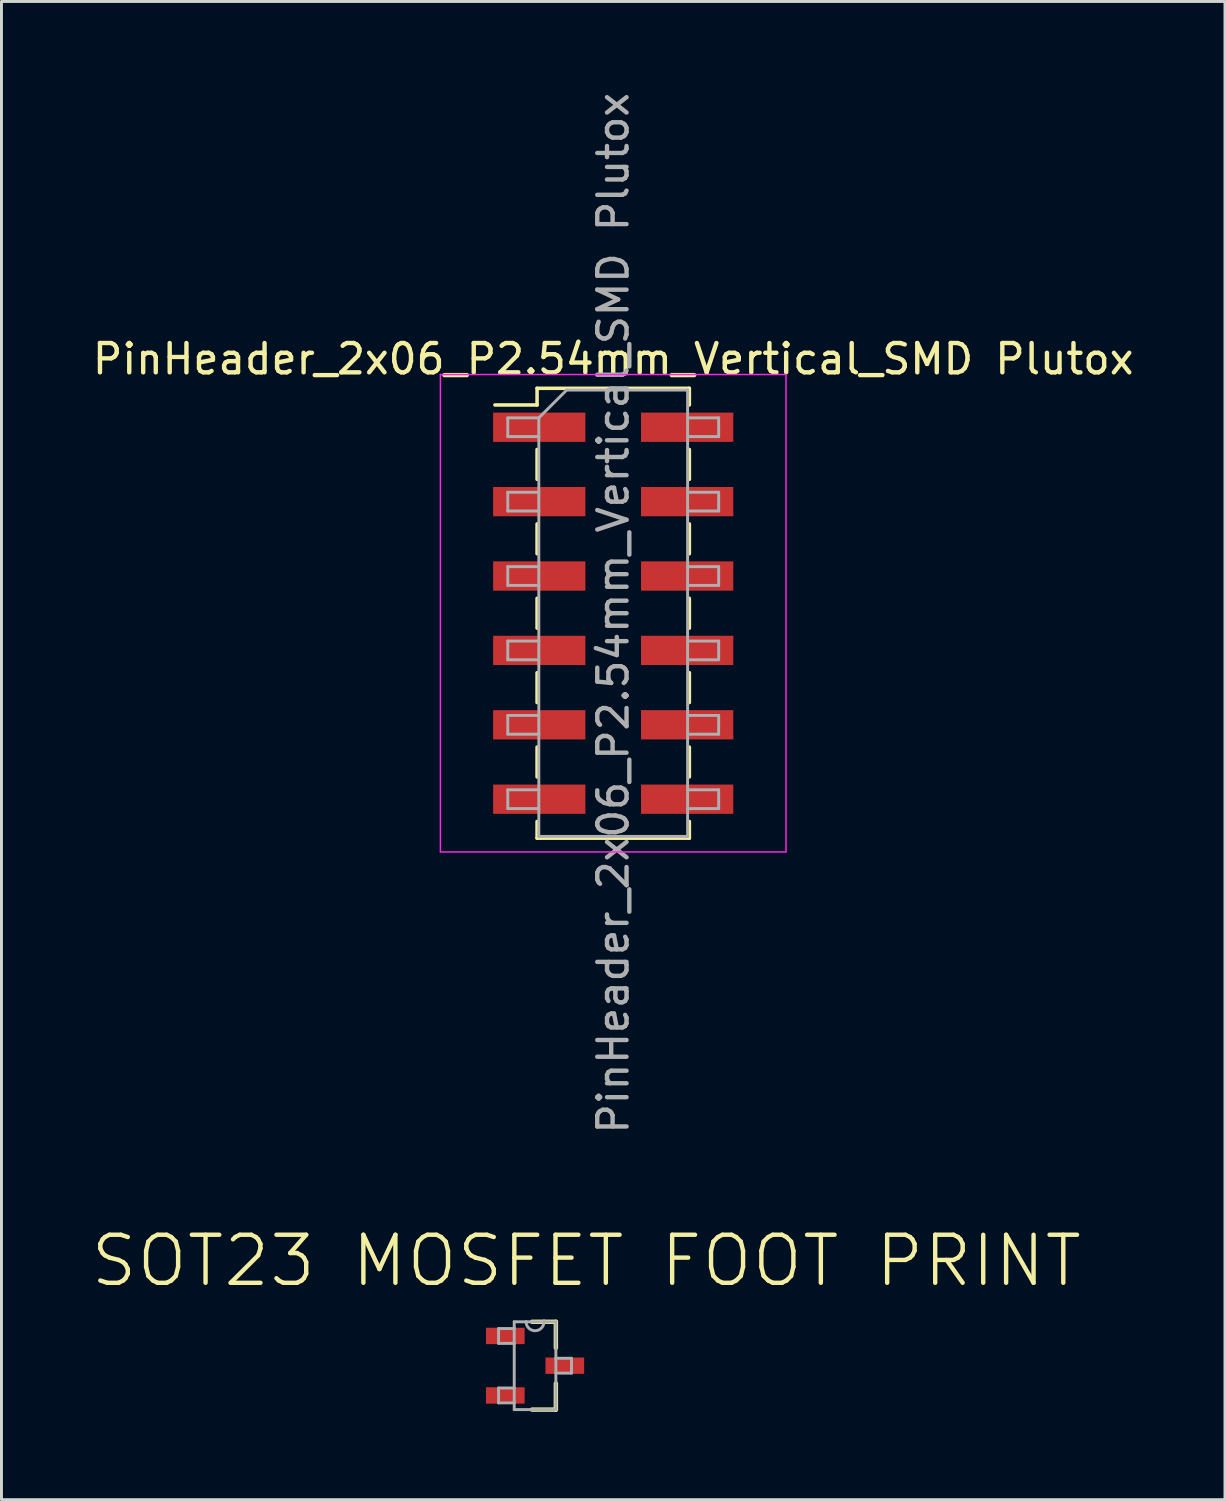
<source format=kicad_pcb>
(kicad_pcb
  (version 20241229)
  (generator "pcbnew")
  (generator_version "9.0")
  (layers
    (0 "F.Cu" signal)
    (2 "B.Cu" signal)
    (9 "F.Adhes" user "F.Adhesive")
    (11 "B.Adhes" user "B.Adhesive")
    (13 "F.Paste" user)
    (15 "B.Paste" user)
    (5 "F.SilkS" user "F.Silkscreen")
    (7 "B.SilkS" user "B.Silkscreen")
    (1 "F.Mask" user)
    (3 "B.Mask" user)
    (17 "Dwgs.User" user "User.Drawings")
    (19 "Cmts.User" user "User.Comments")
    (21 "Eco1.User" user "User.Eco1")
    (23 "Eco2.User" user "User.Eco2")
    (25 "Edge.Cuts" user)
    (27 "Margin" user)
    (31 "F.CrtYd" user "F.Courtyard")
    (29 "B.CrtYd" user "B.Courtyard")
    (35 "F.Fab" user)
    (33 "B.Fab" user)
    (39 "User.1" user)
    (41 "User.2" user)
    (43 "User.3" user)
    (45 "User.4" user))
  (footprint "PinHeader_2x06_P2.54mm_Vertical_SMD Plutox"
    (layer "F.Cu")
    (at 17.887 17.887)
    (property "Reference" "PinHeader_2x06_P2.54mm_Vertical_SMD Plutox" (at 0 -8.68 0) (layer "F.SilkS") (effects (font (size 1 1) (thickness 0.15))))
    (attr smd)
    (fp_line (start -4.04 -7.11) (end -2.6 -7.11) (stroke (width 0.12) (type solid)) (layer "F.SilkS"))
    (fp_line (start -2.6 -7.68) (end -2.6 -7.11) (stroke (width 0.12) (type solid)) (layer "F.SilkS"))
    (fp_line (start -2.6 -7.68) (end 2.6 -7.68) (stroke (width 0.12) (type solid)) (layer "F.SilkS"))
    (fp_line (start -2.6 -5.59) (end -2.6 -4.57) (stroke (width 0.12) (type solid)) (layer "F.SilkS"))
    (fp_line (start -2.6 -3.05) (end -2.6 -2.03) (stroke (width 0.12) (type solid)) (layer "F.SilkS"))
    (fp_line (start -2.6 -0.51) (end -2.6 0.51) (stroke (width 0.12) (type solid)) (layer "F.SilkS"))
    (fp_line (start -2.6 2.03) (end -2.6 3.05) (stroke (width 0.12) (type solid)) (layer "F.SilkS"))
    (fp_line (start -2.6 4.57) (end -2.6 5.59) (stroke (width 0.12) (type solid)) (layer "F.SilkS"))
    (fp_line (start -2.6 7.11) (end -2.6 7.68) (stroke (width 0.12) (type solid)) (layer "F.SilkS"))
    (fp_line (start -2.6 7.68) (end 2.6 7.68) (stroke (width 0.12) (type solid)) (layer "F.SilkS"))
    (fp_line (start 2.6 -7.68) (end 2.6 -7.11) (stroke (width 0.12) (type solid)) (layer "F.SilkS"))
    (fp_line (start 2.6 -5.59) (end 2.6 -4.57) (stroke (width 0.12) (type solid)) (layer "F.SilkS"))
    (fp_line (start 2.6 -3.05) (end 2.6 -2.03) (stroke (width 0.12) (type solid)) (layer "F.SilkS"))
    (fp_line (start 2.6 -0.51) (end 2.6 0.51) (stroke (width 0.12) (type solid)) (layer "F.SilkS"))
    (fp_line (start 2.6 2.03) (end 2.6 3.05) (stroke (width 0.12) (type solid)) (layer "F.SilkS"))
    (fp_line (start 2.6 4.57) (end 2.6 5.59) (stroke (width 0.12) (type solid)) (layer "F.SilkS"))
    (fp_line (start 2.6 7.11) (end 2.6 7.68) (stroke (width 0.12) (type solid)) (layer "F.SilkS"))
    (fp_line (start -5.9 -8.15) (end -5.9 8.15) (stroke (width 0.05) (type solid)) (layer "F.CrtYd"))
    (fp_line (start -5.9 8.15) (end 5.9 8.15) (stroke (width 0.05) (type solid)) (layer "F.CrtYd"))
    (fp_line (start 5.9 -8.15) (end -5.9 -8.15) (stroke (width 0.05) (type solid)) (layer "F.CrtYd"))
    (fp_line (start 5.9 8.15) (end 5.9 -8.15) (stroke (width 0.05) (type solid)) (layer "F.CrtYd"))
    (fp_line (start -3.6 -6.67) (end -3.6 -6.03) (stroke (width 0.1) (type solid)) (layer "F.Fab"))
    (fp_line (start -3.6 -6.03) (end -2.54 -6.03) (stroke (width 0.1) (type solid)) (layer "F.Fab"))
    (fp_line (start -3.6 -4.13) (end -3.6 -3.49) (stroke (width 0.1) (type solid)) (layer "F.Fab"))
    (fp_line (start -3.6 -3.49) (end -2.54 -3.49) (stroke (width 0.1) (type solid)) (layer "F.Fab"))
    (fp_line (start -3.6 -1.59) (end -3.6 -0.95) (stroke (width 0.1) (type solid)) (layer "F.Fab"))
    (fp_line (start -3.6 -0.95) (end -2.54 -0.95) (stroke (width 0.1) (type solid)) (layer "F.Fab"))
    (fp_line (start -3.6 0.95) (end -3.6 1.59) (stroke (width 0.1) (type solid)) (layer "F.Fab"))
    (fp_line (start -3.6 1.59) (end -2.54 1.59) (stroke (width 0.1) (type solid)) (layer "F.Fab"))
    (fp_line (start -3.6 3.49) (end -3.6 4.13) (stroke (width 0.1) (type solid)) (layer "F.Fab"))
    (fp_line (start -3.6 4.13) (end -2.54 4.13) (stroke (width 0.1) (type solid)) (layer "F.Fab"))
    (fp_line (start -3.6 6.03) (end -3.6 6.67) (stroke (width 0.1) (type solid)) (layer "F.Fab"))
    (fp_line (start -3.6 6.67) (end -2.54 6.67) (stroke (width 0.1) (type solid)) (layer "F.Fab"))
    (fp_line (start -2.54 -6.67) (end -3.6 -6.67) (stroke (width 0.1) (type solid)) (layer "F.Fab"))
    (fp_line (start -2.54 -6.67) (end -1.59 -7.62) (stroke (width 0.1) (type solid)) (layer "F.Fab"))
    (fp_line (start -2.54 -4.13) (end -3.6 -4.13) (stroke (width 0.1) (type solid)) (layer "F.Fab"))
    (fp_line (start -2.54 -1.59) (end -3.6 -1.59) (stroke (width 0.1) (type solid)) (layer "F.Fab"))
    (fp_line (start -2.54 0.95) (end -3.6 0.95) (stroke (width 0.1) (type solid)) (layer "F.Fab"))
    (fp_line (start -2.54 3.49) (end -3.6 3.49) (stroke (width 0.1) (type solid)) (layer "F.Fab"))
    (fp_line (start -2.54 6.03) (end -3.6 6.03) (stroke (width 0.1) (type solid)) (layer "F.Fab"))
    (fp_line (start -2.54 7.62) (end -2.54 -6.67) (stroke (width 0.1) (type solid)) (layer "F.Fab"))
    (fp_line (start -1.59 -7.62) (end 2.54 -7.62) (stroke (width 0.1) (type solid)) (layer "F.Fab"))
    (fp_line (start 2.54 -7.62) (end 2.54 7.62) (stroke (width 0.1) (type solid)) (layer "F.Fab"))
    (fp_line (start 2.54 -6.67) (end 3.6 -6.67) (stroke (width 0.1) (type solid)) (layer "F.Fab"))
    (fp_line (start 2.54 -4.13) (end 3.6 -4.13) (stroke (width 0.1) (type solid)) (layer "F.Fab"))
    (fp_line (start 2.54 -1.59) (end 3.6 -1.59) (stroke (width 0.1) (type solid)) (layer "F.Fab"))
    (fp_line (start 2.54 0.95) (end 3.6 0.95) (stroke (width 0.1) (type solid)) (layer "F.Fab"))
    (fp_line (start 2.54 3.49) (end 3.6 3.49) (stroke (width 0.1) (type solid)) (layer "F.Fab"))
    (fp_line (start 2.54 6.03) (end 3.6 6.03) (stroke (width 0.1) (type solid)) (layer "F.Fab"))
    (fp_line (start 2.54 7.62) (end -2.54 7.62) (stroke (width 0.1) (type solid)) (layer "F.Fab"))
    (fp_line (start 3.6 -6.67) (end 3.6 -6.03) (stroke (width 0.1) (type solid)) (layer "F.Fab"))
    (fp_line (start 3.6 -6.03) (end 2.54 -6.03) (stroke (width 0.1) (type solid)) (layer "F.Fab"))
    (fp_line (start 3.6 -4.13) (end 3.6 -3.49) (stroke (width 0.1) (type solid)) (layer "F.Fab"))
    (fp_line (start 3.6 -3.49) (end 2.54 -3.49) (stroke (width 0.1) (type solid)) (layer "F.Fab"))
    (fp_line (start 3.6 -1.59) (end 3.6 -0.95) (stroke (width 0.1) (type solid)) (layer "F.Fab"))
    (fp_line (start 3.6 -0.95) (end 2.54 -0.95) (stroke (width 0.1) (type solid)) (layer "F.Fab"))
    (fp_line (start 3.6 0.95) (end 3.6 1.59) (stroke (width 0.1) (type solid)) (layer "F.Fab"))
    (fp_line (start 3.6 1.59) (end 2.54 1.59) (stroke (width 0.1) (type solid)) (layer "F.Fab"))
    (fp_line (start 3.6 3.49) (end 3.6 4.13) (stroke (width 0.1) (type solid)) (layer "F.Fab"))
    (fp_line (start 3.6 4.13) (end 2.54 4.13) (stroke (width 0.1) (type solid)) (layer "F.Fab"))
    (fp_line (start 3.6 6.03) (end 3.6 6.67) (stroke (width 0.1) (type solid)) (layer "F.Fab"))
    (fp_line (start 3.6 6.67) (end 2.54 6.67) (stroke (width 0.1) (type solid)) (layer "F.Fab"))
    (fp_text user "${REFERENCE}" (at 0 0 90) (layer "F.Fab") (effects (font (size 1 1) (thickness 0.15))))
    (pad "1" smd rect (at -2.525 -6.35) (size 3.15 1) (layers "F.Cu" "F.Mask" "F.Paste"))
    (pad "2" smd rect (at -2.525 -3.81) (size 3.15 1) (layers "F.Cu" "F.Mask" "F.Paste"))
    (pad "3" smd rect (at -2.525 -1.27) (size 3.15 1) (layers "F.Cu" "F.Mask" "F.Paste"))
    (pad "4" smd rect (at -2.525 1.27) (size 3.15 1) (layers "F.Cu" "F.Mask" "F.Paste"))
    (pad "5" smd rect (at -2.525 3.81) (size 3.15 1) (layers "F.Cu" "F.Mask" "F.Paste"))
    (pad "6" smd rect (at -2.525 6.35) (size 3.15 1) (layers "F.Cu" "F.Mask" "F.Paste"))
    (pad "7" smd rect (at 2.525 6.35) (size 3.15 1) (layers "F.Cu" "F.Mask" "F.Paste"))
    (pad "8" smd rect (at 2.525 3.81) (size 3.15 1) (layers "F.Cu" "F.Mask" "F.Paste"))
    (pad "9" smd rect (at 2.525 1.27) (size 3.15 1) (layers "F.Cu" "F.Mask" "F.Paste"))
    (pad "10" smd rect (at 2.525 -1.27) (size 3.15 1) (layers "F.Cu" "F.Mask" "F.Paste"))
    (pad "11" smd rect (at 2.525 -3.81) (size 3.15 1) (layers "F.Cu" "F.Mask" "F.Paste"))
    (pad "12" smd rect (at 2.525 -6.35) (size 3.15 1) (layers "F.Cu" "F.Mask" "F.Paste")))
  (footprint "SOT23 MOSFET FOOT PRINT"
    (layer "F.Cu")
    (at 15.218 43.579)
    (property "Reference" "SOT23 MOSFET FOOT PRINT" (at 1.753 -3.582 0) (layer "F.SilkS") (effects (font (size 1.64 1.64) (thickness 0.15))))
    (attr smd)
    (fp_line (start -0.102 1.499) (end 0.711 1.499) (stroke (width 0.152) (type solid)) (layer "F.SilkS"))
    (fp_line (start 0.305 -1.499) (end -0.102 -1.499) (stroke (width 0.152) (type solid)) (layer "F.SilkS"))
    (fp_line (start 0.711 -1.499) (end 0.305 -1.499) (stroke (width 0.152) (type solid)) (layer "F.SilkS"))
    (fp_line (start 0.711 -0.61) (end 0.711 -1.499) (stroke (width 0.152) (type solid)) (layer "F.SilkS"))
    (fp_line (start 0.711 1.499) (end 0.711 0.61) (stroke (width 0.152) (type solid)) (layer "F.SilkS"))
    (fp_line (start -1.245 -1.27) (end -1.245 -0.762) (stroke (width 0.1) (type solid)) (layer "F.Fab"))
    (fp_line (start -1.245 -0.762) (end -0.711 -0.762) (stroke (width 0.1) (type solid)) (layer "F.Fab"))
    (fp_line (start -1.245 0.762) (end -1.245 1.27) (stroke (width 0.1) (type solid)) (layer "F.Fab"))
    (fp_line (start -1.245 1.27) (end -0.711 1.27) (stroke (width 0.1) (type solid)) (layer "F.Fab"))
    (fp_line (start -0.711 -1.499) (end -0.711 -1.27) (stroke (width 0.1) (type solid)) (layer "F.Fab"))
    (fp_line (start -0.711 -1.27) (end -1.245 -1.27) (stroke (width 0.1) (type solid)) (layer "F.Fab"))
    (fp_line (start -0.711 -1.27) (end -0.711 -0.762) (stroke (width 0.1) (type solid)) (layer "F.Fab"))
    (fp_line (start -0.711 -0.762) (end -0.711 0.762) (stroke (width 0.1) (type solid)) (layer "F.Fab"))
    (fp_line (start -0.711 0.762) (end -1.245 0.762) (stroke (width 0.1) (type solid)) (layer "F.Fab"))
    (fp_line (start -0.711 1.27) (end -0.711 0.762) (stroke (width 0.1) (type solid)) (layer "F.Fab"))
    (fp_line (start -0.711 1.499) (end -0.711 1.27) (stroke (width 0.1) (type solid)) (layer "F.Fab"))
    (fp_line (start -0.711 1.499) (end 0.711 1.499) (stroke (width 0.1) (type solid)) (layer "F.Fab"))
    (fp_line (start -0.305 -1.499) (end -0.711 -1.499) (stroke (width 0.1) (type solid)) (layer "F.Fab"))
    (fp_line (start 0.305 -1.499) (end -0.305 -1.499) (stroke (width 0.1) (type solid)) (layer "F.Fab"))
    (fp_line (start 0.711 -1.499) (end 0.305 -1.499) (stroke (width 0.1) (type solid)) (layer "F.Fab"))
    (fp_line (start 0.711 -0.254) (end 0.711 -1.499) (stroke (width 0.1) (type solid)) (layer "F.Fab"))
    (fp_line (start 0.711 0.254) (end 0.711 -0.254) (stroke (width 0.1) (type solid)) (layer "F.Fab"))
    (fp_line (start 0.711 0.254) (end 1.245 0.254) (stroke (width 0.1) (type solid)) (layer "F.Fab"))
    (fp_line (start 0.711 1.499) (end 0.711 0.254) (stroke (width 0.1) (type solid)) (layer "F.Fab"))
    (fp_line (start 1.245 -0.254) (end 0.711 -0.254) (stroke (width 0.1) (type solid)) (layer "F.Fab"))
    (fp_line (start 1.245 0.254) (end 1.245 -0.254) (stroke (width 0.1) (type solid)) (layer "F.Fab"))
    (fp_arc (start 0.3048 -1.4986) (mid 0 -1.1938) (end -0.3048 -1.4986) (stroke (width 0.1) (type solid)) (layer "F.Fab"))
    (pad "1" smd rect (at -1.016 -1.016) (size 1.321 0.559) (layers "F.Cu" "F.Mask" "F.Paste"))
    (pad "2" smd rect (at -1.016 1.016) (size 1.321 0.559) (layers "F.Cu" "F.Mask" "F.Paste"))
    (pad "3" smd rect (at 1.016 0) (size 1.321 0.559) (layers "F.Cu" "F.Mask" "F.Paste")))
  (gr_rect
    (start -3 -3)
    (end 38.774 48.153)
    (stroke (width 0.1) (type default))
    (fill no)
    (layer "Edge.Cuts")))
</source>
